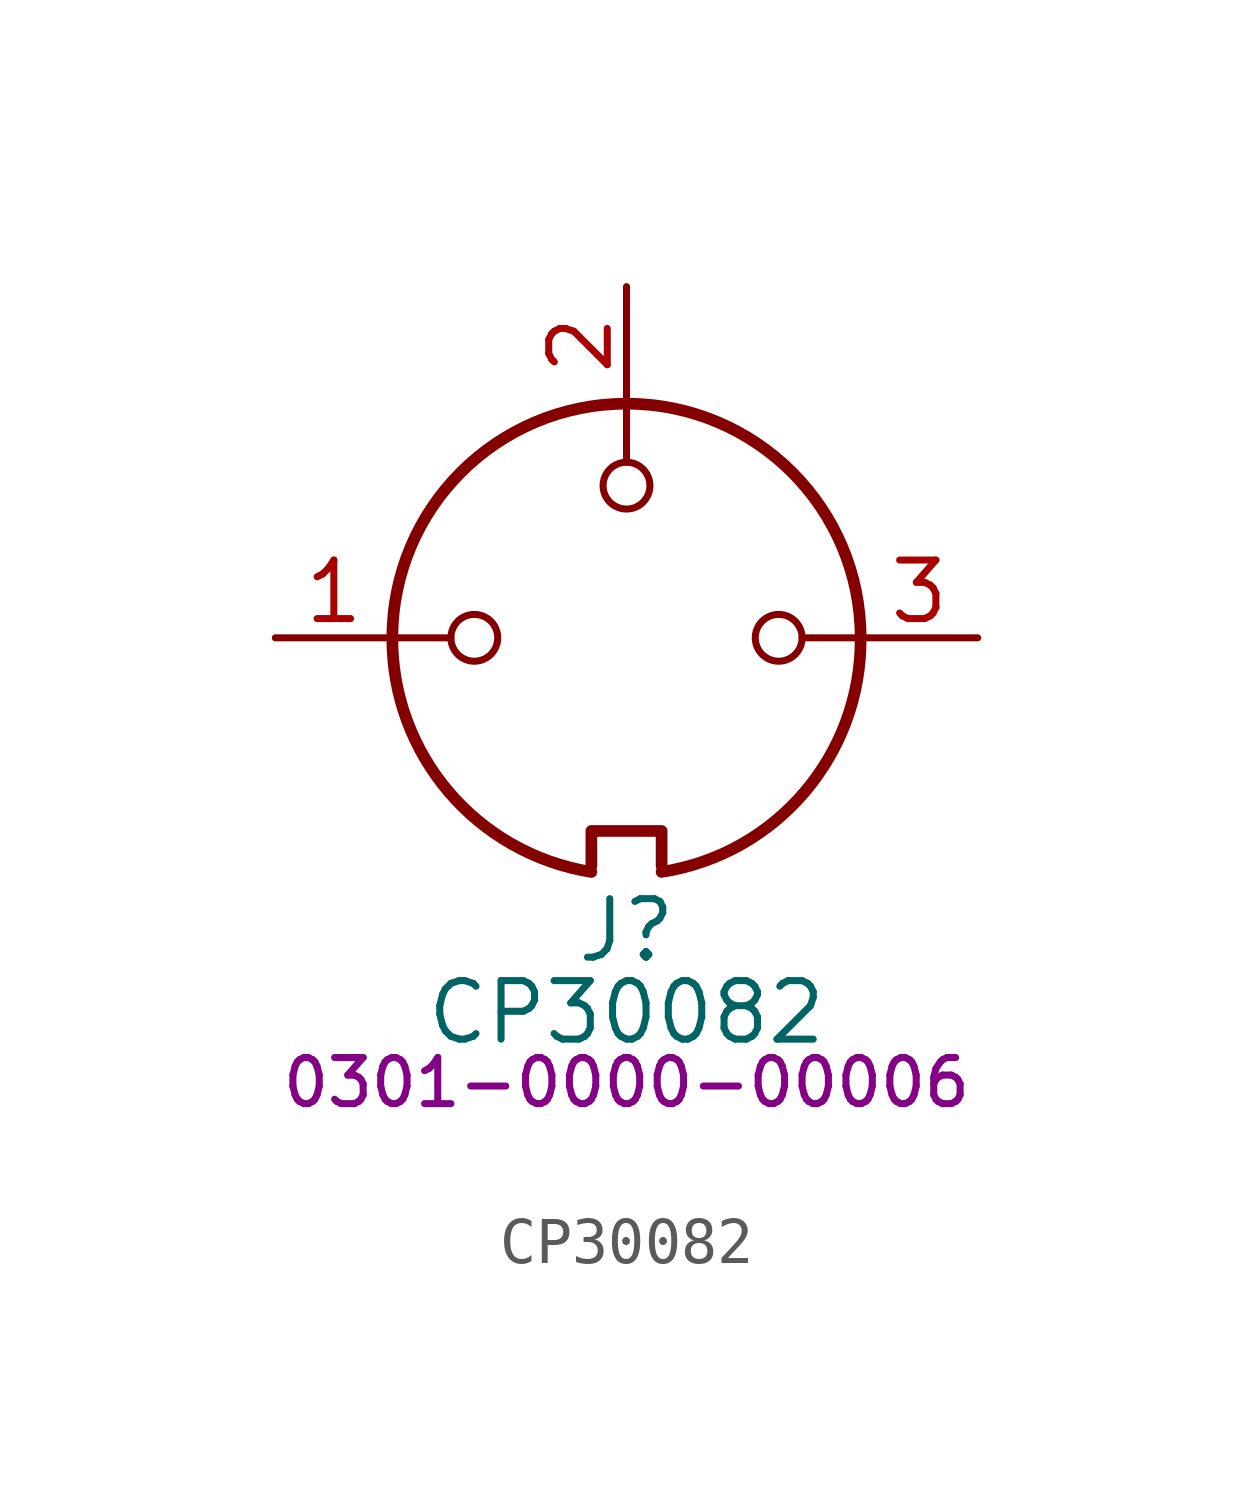
<source format=kicad_sym>
(kicad_symbol_lib
  (version 20231120)
  (generator "kicad_symbol_editor")
  (generator_version "8.0")
  (symbol "CP30082"
    (pin_names
      (offset 1.016))
    (property "Reference" "J"
      (at 0 -6.35 0)
      (effects (font (size 1.27 1.27))))
    (property "Value" "CP30082"
      (at 0 -8.128 0)
      (effects (font (size 1.27 1.27))))
    (property "PartNumber" "0301-0000-00006"
      (at 0 -9.652 0)
      (effects (font (size 1 1))))
    (symbol "CP30082_0_1"
      (arc (start -5.08 0) (mid -3.8609 -3.3364) (end -0.762 -5.08) (stroke (width 0.254) (type default)) (fill (type none)))
      (circle (center -3.302 0) (radius 0.508) (stroke (width 0) (type default)) (fill (type none)))
      (polyline (pts (xy -3.81 0) (xy -5.08 0)) (stroke (width 0) (type default)) (fill (type none)))
      (polyline (pts (xy 0 3.81) (xy 0 5.08)) (stroke (width 0) (type default)) (fill (type none)))
      (polyline (pts (xy 5.08 0) (xy 3.81 0)) (stroke (width 0) (type default)) (fill (type none)))
      (polyline (pts (xy -0.762 -4.953) (xy -0.762 -4.191) (xy 0.762 -4.191) (xy 0.762 -4.953)) (stroke (width 0.254) (type default)) (fill (type none)))
      (circle (center 0 3.302) (radius 0.508) (stroke (width 0) (type default)) (fill (type none)))
      (arc (start 0.762 -5.08) (mid 3.8685 -3.343) (end 5.08 0) (stroke (width 0.254) (type default)) (fill (type none)))
      (circle (center 3.302 0) (radius 0.508) (stroke (width 0) (type default)) (fill (type none)))
      (arc (start 5.08 0) (mid 0 5.0579) (end -5.08 0) (stroke (width 0.254) (type default)) (fill (type none))))
    (symbol "CP30082_1_1"
      (pin passive line (at -7.62 0 0) (length 2.54) (name "~" (effects (font (size 1.27 1.27)))) (number "1" (effects (font (size 1.27 1.27)))))
      (pin passive line (at 0 7.62 270) (length 2.54) (name "~" (effects (font (size 1.27 1.27)))) (number "2" (effects (font (size 1.27 1.27)))))
      (pin passive line (at 7.62 0 180) (length 2.54) (name "~" (effects (font (size 1.27 1.27)))) (number "3" (effects (font (size 1.27 1.27))))))))
</source>
